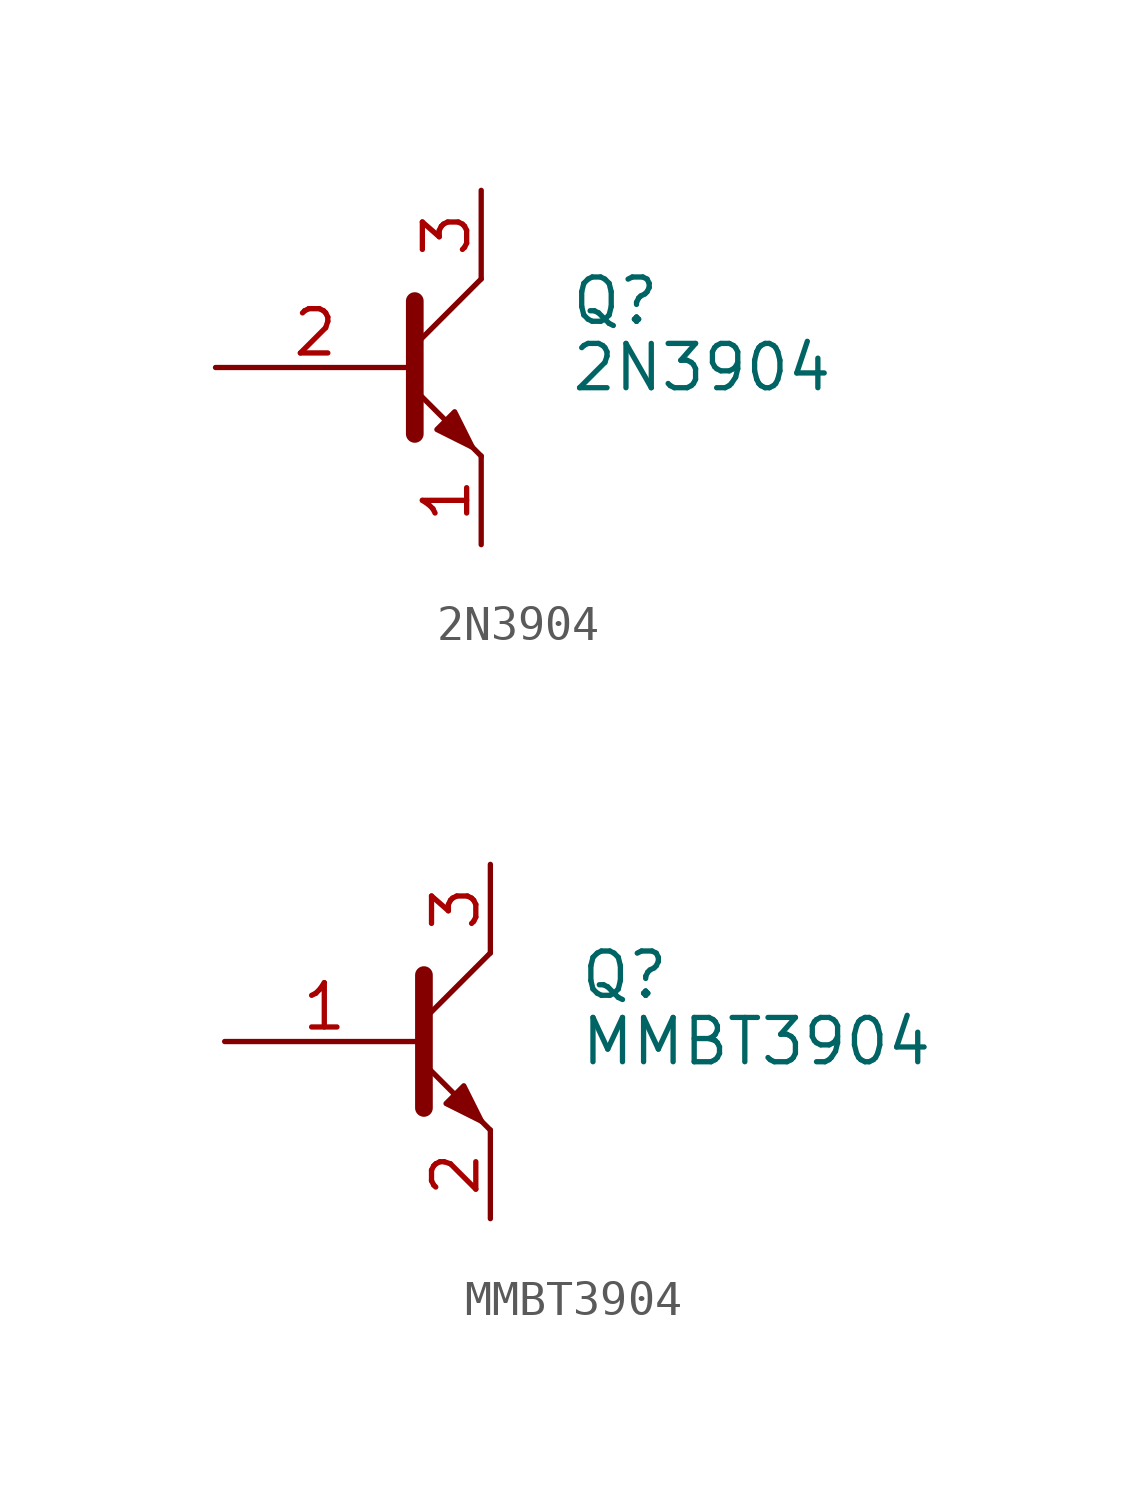
<source format=kicad_sym>
(kicad_symbol_lib
  (version 20211014)
  (generator kicad_symbol_editor)
  (symbol "2N3904"
    (pin_names
      (offset 0) hide)
    (property "Reference" "Q"
      (at 5.08 1.905 0)
      (effects (font (size 1.27 1.27)) (justify left)))
    (property "Value" "2N3904"
      (at 5.08 0 0)
      (effects (font (size 1.27 1.27)) (justify left)))
    (symbol "2N3904_0_1"
      (polyline (pts (xy 0.635 0.635) (xy 2.54 2.54)) (stroke (width 0) (type default) (color 0 0 0 0)) (fill (type none)))
      (polyline (pts (xy 0.635 -0.635) (xy 2.54 -2.54) (xy 2.54 -2.54)) (stroke (width 0) (type default) (color 0 0 0 0)) (fill (type none)))
      (polyline (pts (xy 0.635 1.905) (xy 0.635 -1.905) (xy 0.635 -1.905)) (stroke (width 0.508) (type default) (color 0 0 0 0)) (fill (type none)))
      (polyline (pts (xy 1.27 -1.778) (xy 1.778 -1.27) (xy 2.286 -2.286) (xy 1.27 -1.778) (xy 1.27 -1.778)) (stroke (width 0) (type default) (color 0 0 0 0)) (fill (type outline))))
    (symbol "2N3904_1_1"
      (pin passive line (at 2.54 -5.08 90) (length 2.54) (name "E" (effects (font (size 1.27 1.27)))) (number "1" (effects (font (size 1.27 1.27)))))
      (pin passive line (at -5.08 0 0) (length 5.715) (name "B" (effects (font (size 1.27 1.27)))) (number "2" (effects (font (size 1.27 1.27)))))
      (pin passive line (at 2.54 5.08 270) (length 2.54) (name "C" (effects (font (size 1.27 1.27)))) (number "3" (effects (font (size 1.27 1.27)))))))
  (symbol "MMBT3904"
    (pin_names
      (offset 0) hide)
    (property "Reference" "Q"
      (at 5.08 1.905 0)
      (effects (font (size 1.27 1.27)) (justify left)))
    (property "Value" "MMBT3904"
      (at 5.08 0 0)
      (effects (font (size 1.27 1.27)) (justify left)))
    (symbol "MMBT3904_0_1"
      (polyline (pts (xy 0.635 0.635) (xy 2.54 2.54)) (stroke (width 0) (type default) (color 0 0 0 0)) (fill (type none)))
      (polyline (pts (xy 0.635 -0.635) (xy 2.54 -2.54) (xy 2.54 -2.54)) (stroke (width 0) (type default) (color 0 0 0 0)) (fill (type none)))
      (polyline (pts (xy 0.635 1.905) (xy 0.635 -1.905) (xy 0.635 -1.905)) (stroke (width 0.508) (type default) (color 0 0 0 0)) (fill (type none)))
      (polyline (pts (xy 1.27 -1.778) (xy 1.778 -1.27) (xy 2.286 -2.286) (xy 1.27 -1.778) (xy 1.27 -1.778)) (stroke (width 0) (type default) (color 0 0 0 0)) (fill (type outline))))
    (symbol "MMBT3904_1_1"
      (pin input line (at -5.08 0 0) (length 5.715) (name "B" (effects (font (size 1.27 1.27)))) (number "1" (effects (font (size 1.27 1.27)))))
      (pin passive line (at 2.54 -5.08 90) (length 2.54) (name "E" (effects (font (size 1.27 1.27)))) (number "2" (effects (font (size 1.27 1.27)))))
      (pin passive line (at 2.54 5.08 270) (length 2.54) (name "C" (effects (font (size 1.27 1.27)))) (number "3" (effects (font (size 1.27 1.27))))))))
</source>
